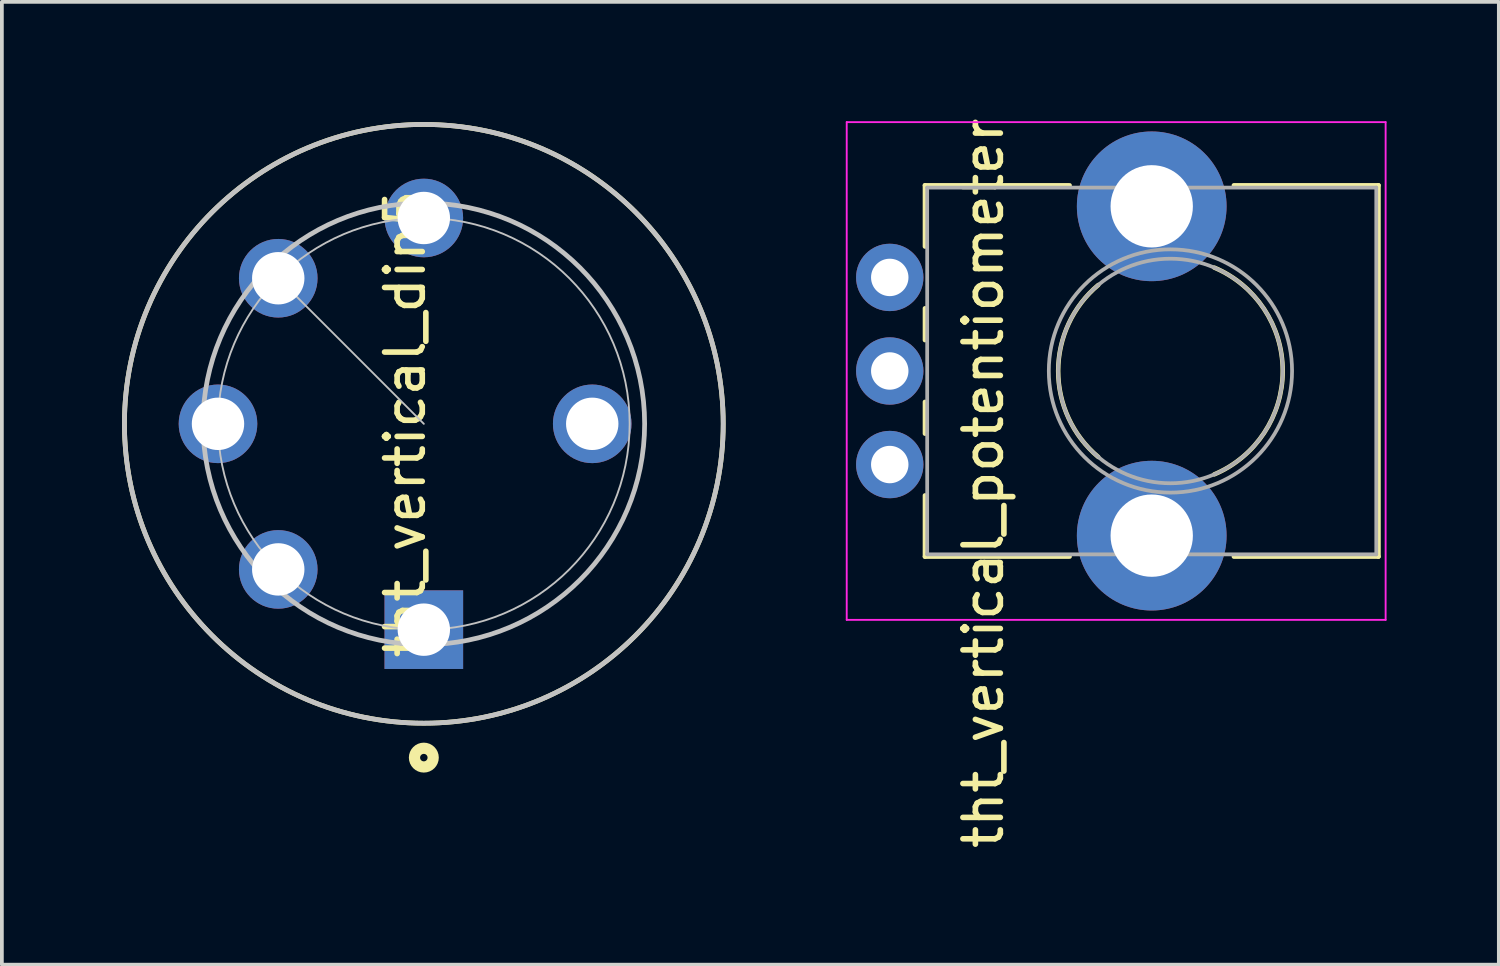
<source format=kicad_pcb>
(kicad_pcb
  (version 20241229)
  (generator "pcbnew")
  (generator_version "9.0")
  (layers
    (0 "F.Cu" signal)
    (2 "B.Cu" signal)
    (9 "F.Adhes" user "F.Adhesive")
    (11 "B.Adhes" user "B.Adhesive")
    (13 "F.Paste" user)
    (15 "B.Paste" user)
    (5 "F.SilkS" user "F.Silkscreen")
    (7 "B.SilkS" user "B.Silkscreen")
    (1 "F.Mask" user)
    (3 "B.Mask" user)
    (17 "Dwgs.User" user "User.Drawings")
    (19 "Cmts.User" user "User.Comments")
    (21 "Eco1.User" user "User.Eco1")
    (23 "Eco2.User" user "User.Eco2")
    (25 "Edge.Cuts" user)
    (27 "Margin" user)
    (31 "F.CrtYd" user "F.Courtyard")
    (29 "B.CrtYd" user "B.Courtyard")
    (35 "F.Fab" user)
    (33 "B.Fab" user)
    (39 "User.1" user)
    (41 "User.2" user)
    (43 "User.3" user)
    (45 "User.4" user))
  (footprint "tht_vertical_potentiometer"
    (layer "F.Cu")
    (at 20.725 9.363)
    (property "Reference" "tht_vertical_potentiometer" (at 2.5 0.5 90) (layer "F.SilkS") (effects (font (size 1 1) (thickness 0.15))))
    (attr through_hole)
    (fp_line (start 0.94 -7.461) (end 0.94 -5.825) (stroke (width 0.12) (type solid)) (layer "F.SilkS"))
    (fp_line (start 0.94 -7.461) (end 4.806 -7.461) (stroke (width 0.12) (type solid)) (layer "F.SilkS"))
    (fp_line (start 0.94 -4.175) (end 0.94 -3.325) (stroke (width 0.12) (type solid)) (layer "F.SilkS"))
    (fp_line (start 0.94 -1.675) (end 0.94 -0.825) (stroke (width 0.12) (type solid)) (layer "F.SilkS"))
    (fp_line (start 0.94 0.825) (end 0.94 2.46) (stroke (width 0.12) (type solid)) (layer "F.SilkS"))
    (fp_line (start 0.94 2.46) (end 4.806 2.46) (stroke (width 0.12) (type solid)) (layer "F.SilkS"))
    (fp_line (start 9.195 -7.461) (end 13.06 -7.461) (stroke (width 0.12) (type solid)) (layer "F.SilkS"))
    (fp_line (start 9.195 2.46) (end 13.06 2.46) (stroke (width 0.12) (type solid)) (layer "F.SilkS"))
    (fp_line (start 13.06 -7.461) (end 13.06 2.46) (stroke (width 0.12) (type solid)) (layer "F.SilkS"))
    (fp_arc (start 5.571705 -0.202247) (mid 4.500335 -2.500192) (end 5.572 -4.798) (stroke (width 0.12) (type solid)) (layer "F.SilkS"))
    (fp_arc (start 8.671982 -5.262432) (mid 10.500762 -2.500553) (end 8.673 0.262) (stroke (width 0.12) (type solid)) (layer "F.SilkS"))
    (fp_line (start -1.15 -9.15) (end -1.15 4.15) (stroke (width 0.05) (type solid)) (layer "F.CrtYd"))
    (fp_line (start -1.15 4.15) (end 13.25 4.15) (stroke (width 0.05) (type solid)) (layer "F.CrtYd"))
    (fp_line (start 13.25 -9.15) (end -1.15 -9.15) (stroke (width 0.05) (type solid)) (layer "F.CrtYd"))
    (fp_line (start 13.25 4.15) (end 13.25 -9.15) (stroke (width 0.05) (type solid)) (layer "F.CrtYd"))
    (fp_line (start 1 -7.4) (end 1 2.4) (stroke (width 0.1) (type solid)) (layer "F.Fab"))
    (fp_line (start 1 2.4) (end 13 2.4) (stroke (width 0.1) (type solid)) (layer "F.Fab"))
    (fp_line (start 13 -7.4) (end 1 -7.4) (stroke (width 0.1) (type solid)) (layer "F.Fab"))
    (fp_line (start 13 2.4) (end 13 -7.4) (stroke (width 0.1) (type solid)) (layer "F.Fab"))
    (fp_circle (center 7.5 -2.5) (end 10.5 -2.5) (stroke (width 0.1) (type solid)) (fill no) (layer "F.Fab"))
    (fp_circle (center 7.5 -2.5) (end 10.75 -2.5) (stroke (width 0.1) (type solid)) (fill no) (layer "F.Fab"))
    (pad "" np_thru_hole circle (at 7 -6.9) (size 4 4) (drill 2.2) (layers "*.Cu" "*.Mask"))
    (pad "" np_thru_hole circle (at 7 1.9) (size 4 4) (drill 2.2) (layers "*.Cu" "*.Mask"))
    (pad "1" thru_hole circle (at 0 0) (size 1.8 1.8) (drill 1) (layers "*.Cu" "*.Mask"))
    (pad "2" thru_hole circle (at 0 -2.5) (size 1.8 1.8) (drill 1) (layers "*.Cu" "*.Mask"))
    (pad "3" thru_hole circle (at 0 -5) (size 1.8 1.8) (drill 1) (layers "*.Cu" "*.Mask")))
  (footprint "tht_vertical_din5"
    (layer "F.Cu")
    (at 8.275 8.275)
    (property "Reference" "tht_vertical_din5" (at -0.5 0 90) (layer "F.SilkS") (effects (font (size 1.007 1.007) (thickness 0.15))))
    (attr through_hole)
    (fp_circle (center 0 0) (end 8 0) (stroke (width 0.127) (type solid)) (fill no) (layer "F.SilkS"))
    (fp_circle (center 0 8.919) (end 0.1 8.919) (stroke (width 0.3) (type solid)) (fill no) (layer "F.SilkS"))
    (fp_line (start 0 0) (end -3.89 -3.89) (stroke (width 0.05) (type solid)) (layer "Dwgs.User"))
    (fp_circle (center 0 0) (end 5.5 0) (stroke (width 0.05) (type solid)) (fill no) (layer "Dwgs.User"))
    (fp_circle (center 0 0) (end 5.9 0) (stroke (width 0.127) (type solid)) (fill no) (layer "Dwgs.User"))
    (fp_circle (center 0 0) (end 8 0) (stroke (width 0.127) (type solid)) (fill no) (layer "Dwgs.User"))
    (fp_circle (center 0 0) (end 8.25 0) (stroke (width 0.05) (type solid)) (fill no) (layer "Eco1.User"))
    (pad "1" thru_hole rect (at 0 5.5) (size 2.1 2.1) (drill 1.4) (layers "*.Cu" "*.Mask"))
    (pad "2" thru_hole circle (at -5.5 0) (size 2.1 2.1) (drill 1.4) (layers "*.Cu" "*.Mask"))
    (pad "3" thru_hole circle (at 0 -5.5) (size 2.1 2.1) (drill 1.4) (layers "*.Cu" "*.Mask"))
    (pad "4" thru_hole circle (at -3.89 3.89) (size 2.1 2.1) (drill 1.4) (layers "*.Cu" "*.Mask"))
    (pad "5" thru_hole circle (at -3.89 -3.89) (size 2.1 2.1) (drill 1.4) (layers "*.Cu" "*.Mask"))
    (pad "S" thru_hole circle (at 4.5 0) (size 2.1 2.1) (drill 1.4) (layers "*.Cu" "*.Mask")))
  (gr_rect
    (start -3 -3)
    (end 37 22.726)
    (stroke (width 0.1) (type default))
    (fill no)
    (layer "Edge.Cuts")))
</source>
